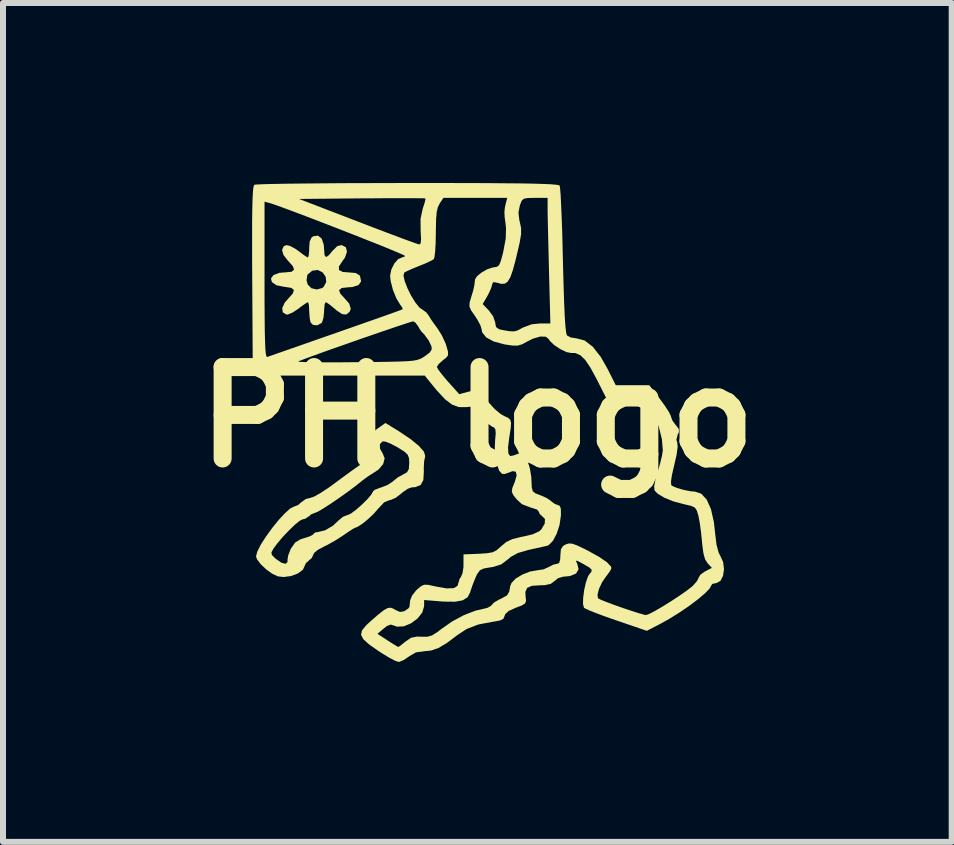
<source format=kicad_pcb>
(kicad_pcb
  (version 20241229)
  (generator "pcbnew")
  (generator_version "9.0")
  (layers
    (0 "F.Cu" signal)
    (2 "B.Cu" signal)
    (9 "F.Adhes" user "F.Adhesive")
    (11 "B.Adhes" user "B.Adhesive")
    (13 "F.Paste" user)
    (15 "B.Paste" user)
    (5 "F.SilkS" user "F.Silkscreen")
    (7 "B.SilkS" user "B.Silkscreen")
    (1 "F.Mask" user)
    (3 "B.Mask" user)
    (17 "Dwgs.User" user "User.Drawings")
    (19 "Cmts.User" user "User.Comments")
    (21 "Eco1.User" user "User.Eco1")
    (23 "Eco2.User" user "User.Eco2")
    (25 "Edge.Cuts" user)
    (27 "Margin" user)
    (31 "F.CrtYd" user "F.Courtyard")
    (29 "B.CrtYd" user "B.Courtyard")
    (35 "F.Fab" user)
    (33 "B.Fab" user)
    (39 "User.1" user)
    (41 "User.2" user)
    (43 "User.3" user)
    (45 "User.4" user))
  (footprint "PH logo"
    (layer "F.Cu")
    (at 4.906 3.902)
    (property "Reference" "PH logo" (at 0 0 0) (layer "F.SilkS") (effects (font (size 1.524 1.524) (thickness 0.3))))
    (attr board_only exclude_from_pos_files exclude_from_bom)
    (fp_poly (pts (xy -2.595 -2.976) (xy -2.56 -2.875) (xy -2.554 -2.8) (xy -2.547 -2.7) (xy -2.521 -2.667) (xy -2.473 -2.7) (xy -2.416 -2.769) (xy -2.333 -2.851) (xy -2.259 -2.867) (xy -2.191 -2.83) (xy -2.173 -2.757) (xy -2.205 -2.661) (xy -2.246 -2.603) (xy -2.307 -2.511) (xy -2.306 -2.451) (xy -2.241 -2.419) (xy -2.145 -2.412) (xy -2.029 -2.402) (xy -1.967 -2.366) (xy -1.955 -2.349) (xy -1.937 -2.263) (xy -1.981 -2.2) (xy -2.083 -2.168) (xy -2.148 -2.164) (xy -2.26 -2.152) (xy -2.305 -2.116) (xy -2.283 -2.056) (xy -2.232 -2.001) (xy -2.137 -1.894) (xy -2.109 -1.805) (xy -2.13 -1.754) (xy -2.186 -1.71) (xy -2.252 -1.716) (xy -2.342 -1.775) (xy -2.381 -1.809) (xy -2.459 -1.873) (xy -2.515 -1.911) (xy -2.528 -1.915) (xy -2.544 -1.884) (xy -2.553 -1.804) (xy -2.554 -1.763) (xy -2.564 -1.659) (xy -2.587 -1.582) (xy -2.597 -1.568) (xy -2.67 -1.529) (xy -2.743 -1.539) (xy -2.781 -1.582) (xy -2.795 -1.653) (xy -2.802 -1.756) (xy -2.803 -1.777) (xy -2.807 -1.864) (xy -2.82 -1.913) (xy -2.824 -1.916) (xy -2.862 -1.895) (xy -2.935 -1.844) (xy -2.983 -1.807) (xy -3.076 -1.745) (xy -3.156 -1.711) (xy -3.183 -1.709) (xy -3.243 -1.747) (xy -3.252 -1.818) (xy -3.211 -1.907) (xy -3.159 -1.967) (xy -3.077 -2.058) (xy -3.057 -2.118) (xy -3.101 -2.154) (xy -3.212 -2.171) (xy -3.216 -2.171) (xy -3.349 -2.198) (xy -3.424 -2.25) (xy -3.432 -2.28) (xy -2.847 -2.28) (xy -2.826 -2.208) (xy -2.766 -2.148) (xy -2.676 -2.127) (xy -2.587 -2.151) (xy -2.561 -2.171) (xy -2.518 -2.254) (xy -2.529 -2.341) (xy -2.58 -2.413) (xy -2.66 -2.452) (xy -2.752 -2.44) (xy -2.832 -2.375) (xy -2.847 -2.28) (xy -3.432 -2.28) (xy -3.44 -2.311) (xy -3.398 -2.367) (xy -3.298 -2.405) (xy -3.206 -2.412) (xy -3.098 -2.422) (xy -3.055 -2.456) (xy -3.075 -2.516) (xy -3.157 -2.608) (xy -3.159 -2.609) (xy -3.231 -2.702) (xy -3.255 -2.786) (xy -3.228 -2.847) (xy -3.183 -2.867) (xy -3.121 -2.853) (xy -3.031 -2.804) (xy -2.983 -2.77) (xy -2.9 -2.707) (xy -2.84 -2.667) (xy -2.824 -2.661) (xy -2.811 -2.692) (xy -2.803 -2.773) (xy -2.803 -2.819) (xy -2.794 -2.931) (xy -2.762 -2.994) (xy -2.734 -3.014) (xy -2.656 -3.025)) (stroke (width 0) (type solid)) (fill yes) (layer "F.SilkS"))
    (fp_poly (pts (xy -1.309 0.235) (xy -1.116 0.364) (xy -0.975 0.479) (xy -0.891 0.575) (xy -0.868 0.65) (xy -0.872 0.665) (xy -0.887 0.736) (xy -0.893 0.845) (xy -0.892 0.911) (xy -0.9 1.049) (xy -0.945 1.131) (xy -1.033 1.167) (xy -1.092 1.171) (xy -1.159 1.194) (xy -1.244 1.253) (xy -1.272 1.277) (xy -1.36 1.344) (xy -1.444 1.381) (xy -1.465 1.384) (xy -1.552 1.419) (xy -1.651 1.524) (xy -1.652 1.525) (xy -1.725 1.609) (xy -1.819 1.698) (xy -1.916 1.777) (xy -1.998 1.83) (xy -2.039 1.845) (xy -2.075 1.864) (xy -2.151 1.913) (xy -2.226 1.965) (xy -2.357 2.05) (xy -2.499 2.13) (xy -2.563 2.161) (xy -2.659 2.213) (xy -2.72 2.264) (xy -2.732 2.289) (xy -2.759 2.347) (xy -2.803 2.385) (xy -2.858 2.435) (xy -2.873 2.469) (xy -2.906 2.542) (xy -2.989 2.605) (xy -3.104 2.649) (xy -3.23 2.665) (xy -3.326 2.654) (xy -3.417 2.612) (xy -3.518 2.539) (xy -3.609 2.453) (xy -3.672 2.371) (xy -3.689 2.321) (xy -3.671 2.254) (xy -3.432 2.254) (xy -3.425 2.298) (xy -3.369 2.353) (xy -3.357 2.364) (xy -3.265 2.427) (xy -3.197 2.445) (xy -3.164 2.417) (xy -3.164 2.383) (xy -3.155 2.312) (xy -3.118 2.215) (xy -3.104 2.186) (xy -3.036 2.09) (xy -2.947 2.036) (xy -2.882 2.016) (xy -2.791 1.987) (xy -2.737 1.957) (xy -2.732 1.947) (xy -2.702 1.922) (xy -2.659 1.916) (xy -2.539 1.887) (xy -2.41 1.812) (xy -2.315 1.724) (xy -2.239 1.66) (xy -2.165 1.632) (xy -2.161 1.632) (xy -2.108 1.608) (xy -2.025 1.547) (xy -1.93 1.464) (xy -1.839 1.375) (xy -1.77 1.295) (xy -1.739 1.241) (xy -1.738 1.236) (xy -1.708 1.211) (xy -1.631 1.181) (xy -1.602 1.172) (xy -1.497 1.131) (xy -1.414 1.077) (xy -1.404 1.068) (xy -1.325 1.004) (xy -1.239 0.957) (xy -1.172 0.919) (xy -1.142 0.865) (xy -1.135 0.767) (xy -1.135 0.767) (xy -1.139 0.685) (xy -1.16 0.628) (xy -1.212 0.578) (xy -1.309 0.516) (xy -1.332 0.502) (xy -1.442 0.444) (xy -1.532 0.409) (xy -1.58 0.404) (xy -1.625 0.452) (xy -1.622 0.529) (xy -1.578 0.604) (xy -1.545 0.686) (xy -1.569 0.781) (xy -1.643 0.871) (xy -1.708 0.915) (xy -1.813 0.981) (xy -1.921 1.06) (xy -1.93 1.068) (xy -2.038 1.154) (xy -2.169 1.252) (xy -2.31 1.352) (xy -2.448 1.446) (xy -2.569 1.524) (xy -2.66 1.577) (xy -2.707 1.596) (xy -2.771 1.621) (xy -2.803 1.65) (xy -2.871 1.695) (xy -2.91 1.703) (xy -2.961 1.728) (xy -3.043 1.795) (xy -3.142 1.891) (xy -3.246 2) (xy -3.339 2.111) (xy -3.399 2.193) (xy -3.432 2.254) (xy -3.671 2.254) (xy -3.667 2.24) (xy -3.609 2.125) (xy -3.523 1.991) (xy -3.421 1.85) (xy -3.313 1.716) (xy -3.208 1.603) (xy -3.119 1.523) (xy -3.053 1.49) (xy -3.05 1.49) (xy -2.987 1.465) (xy -2.935 1.419) (xy -2.857 1.364) (xy -2.79 1.348) (xy -2.725 1.327) (xy -2.617 1.267) (xy -2.48 1.177) (xy -2.373 1.099) (xy -2.228 0.992) (xy -2.092 0.893) (xy -1.982 0.815) (xy -1.922 0.775) (xy -1.849 0.723) (xy -1.83 0.686) (xy -1.855 0.648) (xy -1.888 0.569) (xy -1.873 0.464) (xy -1.818 0.348) (xy -1.728 0.242) (xy -1.676 0.2) (xy -1.532 0.098)) (stroke (width 0) (type solid)) (fill yes) (layer "F.SilkS"))
    (fp_poly (pts (xy -0.66 -3.902) (xy -0.224 -3.901) (xy 0.15 -3.9) (xy 0.466 -3.897) (xy 0.726 -3.895) (xy 0.936 -3.891) (xy 1.1 -3.886) (xy 1.221 -3.881) (xy 1.304 -3.874) (xy 1.353 -3.867) (xy 1.372 -3.858) (xy 1.379 -3.813) (xy 1.388 -3.706) (xy 1.396 -3.545) (xy 1.405 -3.338) (xy 1.414 -3.095) (xy 1.421 -2.824) (xy 1.426 -2.612) (xy 1.436 -2.235) (xy 1.446 -1.927) (xy 1.456 -1.688) (xy 1.468 -1.514) (xy 1.48 -1.406) (xy 1.493 -1.362) (xy 1.555 -1.328) (xy 1.648 -1.313) (xy 1.653 -1.313) (xy 1.788 -1.277) (xy 1.924 -1.173) (xy 2.059 -1) (xy 2.167 -0.81) (xy 2.307 -0.532) (xy 2.865 -0.532) (xy 3.047 -0.297) (xy 3.13 -0.182) (xy 3.194 -0.083) (xy 3.226 -0.017) (xy 3.228 -0.006) (xy 3.251 0.057) (xy 3.306 0.132) (xy 3.307 0.132) (xy 3.358 0.199) (xy 3.36 0.251) (xy 3.341 0.286) (xy 3.317 0.377) (xy 3.33 0.418) (xy 3.339 0.491) (xy 3.321 0.626) (xy 3.282 0.798) (xy 3.243 0.966) (xy 3.227 1.075) (xy 3.232 1.133) (xy 3.242 1.144) (xy 3.324 1.18) (xy 3.442 1.214) (xy 3.562 1.237) (xy 3.622 1.241) (xy 3.731 1.276) (xy 3.823 1.375) (xy 3.894 1.535) (xy 3.943 1.753) (xy 3.962 1.926) (xy 3.986 2.127) (xy 4.023 2.263) (xy 4.049 2.311) (xy 4.097 2.418) (xy 4.111 2.536) (xy 4.095 2.646) (xy 4.051 2.73) (xy 3.983 2.767) (xy 3.974 2.767) (xy 3.916 2.781) (xy 3.902 2.801) (xy 3.873 2.855) (xy 3.794 2.937) (xy 3.676 3.037) (xy 3.53 3.147) (xy 3.367 3.258) (xy 3.198 3.363) (xy 3.053 3.444) (xy 2.825 3.562) (xy 2.316 3.388) (xy 2.136 3.325) (xy 1.98 3.267) (xy 1.861 3.219) (xy 1.79 3.186) (xy 1.777 3.177) (xy 1.761 3.114) (xy 1.764 3.008) (xy 1.781 2.88) (xy 1.809 2.756) (xy 1.843 2.658) (xy 1.866 2.621) (xy 1.901 2.577) (xy 1.905 2.543) (xy 1.867 2.507) (xy 1.779 2.455) (xy 1.727 2.427) (xy 1.66 2.393) (xy 1.643 2.397) (xy 1.664 2.442) (xy 1.665 2.443) (xy 1.687 2.537) (xy 1.646 2.607) (xy 1.545 2.649) (xy 1.428 2.66) (xy 1.343 2.686) (xy 1.287 2.732) (xy 1.224 2.779) (xy 1.128 2.8) (xy 1.046 2.803) (xy 0.908 2.812) (xy 0.829 2.847) (xy 0.8 2.915) (xy 0.805 2.997) (xy 0.812 3.065) (xy 0.794 3.107) (xy 0.737 3.141) (xy 0.644 3.176) (xy 0.524 3.23) (xy 0.464 3.285) (xy 0.454 3.314) (xy 0.434 3.361) (xy 0.379 3.389) (xy 0.272 3.409) (xy 0.263 3.41) (xy 0.018 3.456) (xy -0.18 3.532) (xy -0.337 3.636) (xy -0.508 3.765) (xy -0.648 3.848) (xy -0.772 3.891) (xy -0.882 3.902) (xy -1.023 3.921) (xy -1.137 3.987) (xy -1.142 3.991) (xy -1.227 4.049) (xy -1.302 4.079) (xy -1.313 4.08) (xy -1.37 4.061) (xy -1.468 4.01) (xy -1.59 3.936) (xy -1.656 3.893) (xy -1.809 3.785) (xy -1.902 3.7) (xy -1.939 3.627) (xy -1.935 3.612) (xy -1.665 3.612) (xy -1.498 3.721) (xy -1.404 3.781) (xy -1.338 3.821) (xy -1.318 3.831) (xy -1.285 3.811) (xy -1.22 3.759) (xy -1.196 3.74) (xy -1.105 3.678) (xy -1.008 3.658) (xy -0.932 3.66) (xy -0.835 3.661) (xy -0.756 3.639) (xy -0.668 3.584) (xy -0.61 3.539) (xy -0.424 3.408) (xy -0.225 3.301) (xy -0.035 3.227) (xy 0.076 3.202) (xy 0.171 3.178) (xy 0.231 3.143) (xy 0.238 3.132) (xy 0.281 3.088) (xy 0.365 3.04) (xy 0.395 3.027) (xy 0.496 2.971) (xy 0.532 2.907) (xy 0.532 2.903) (xy 0.549 2.813) (xy 0.569 2.765) (xy 0.637 2.693) (xy 0.749 2.625) (xy 0.878 2.574) (xy 0.999 2.553) (xy 1.001 2.553) (xy 1.105 2.537) (xy 1.186 2.5) (xy 1.267 2.458) (xy 1.319 2.448) (xy 1.362 2.433) (xy 1.38 2.378) (xy 1.384 2.305) (xy 1.392 2.206) (xy 1.426 2.15) (xy 1.472 2.122) (xy 1.524 2.106) (xy 1.584 2.11) (xy 1.666 2.14) (xy 1.789 2.199) (xy 1.829 2.219) (xy 2.027 2.328) (xy 2.16 2.419) (xy 2.227 2.49) (xy 2.235 2.517) (xy 2.214 2.562) (xy 2.162 2.635) (xy 2.144 2.657) (xy 2.078 2.754) (xy 2.028 2.862) (xy 2.003 2.956) (xy 2.01 3.017) (xy 2.014 3.021) (xy 2.058 3.044) (xy 2.153 3.082) (xy 2.281 3.13) (xy 2.425 3.181) (xy 2.568 3.229) (xy 2.693 3.269) (xy 2.782 3.294) (xy 2.813 3.299) (xy 2.866 3.28) (xy 2.962 3.23) (xy 3.087 3.157) (xy 3.224 3.072) (xy 3.361 2.982) (xy 3.481 2.899) (xy 3.57 2.83) (xy 3.592 2.811) (xy 3.656 2.739) (xy 3.688 2.681) (xy 3.689 2.673) (xy 3.718 2.627) (xy 3.788 2.576) (xy 3.799 2.57) (xy 3.909 2.513) (xy 3.838 2.436) (xy 3.796 2.371) (xy 3.768 2.271) (xy 3.748 2.12) (xy 3.744 2.075) (xy 3.728 1.917) (xy 3.707 1.765) (xy 3.686 1.65) (xy 3.684 1.642) (xy 3.658 1.557) (xy 3.625 1.508) (xy 3.562 1.479) (xy 3.45 1.453) (xy 3.446 1.452) (xy 3.272 1.406) (xy 3.12 1.345) (xy 3.007 1.278) (xy 2.953 1.223) (xy 2.947 1.153) (xy 2.971 1.027) (xy 3.005 0.915) (xy 3.046 0.774) (xy 3.077 0.645) (xy 3.091 0.555) (xy 3.091 0.553) (xy 3.076 0.369) (xy 3.027 0.17) (xy 2.953 -0.014) (xy 2.878 -0.137) (xy 2.761 -0.284) (xy 2.165 -0.284) (xy 1.99 -0.63) (xy 1.886 -0.822) (xy 1.797 -0.954) (xy 1.714 -1.033) (xy 1.631 -1.068) (xy 1.567 -1.068) (xy 1.487 -1.084) (xy 1.383 -1.133) (xy 1.282 -1.2) (xy 1.209 -1.269) (xy 1.192 -1.298) (xy 1.142 -1.34) (xy 1.049 -1.343) (xy 0.928 -1.308) (xy 0.832 -1.26) (xy 0.745 -1.213) (xy 0.673 -1.192) (xy 0.589 -1.192) (xy 0.465 -1.21) (xy 0.457 -1.211) (xy 0.276 -1.259) (xy 0.148 -1.328) (xy 0.08 -1.413) (xy 0.071 -1.464) (xy 0.051 -1.53) (xy 0.000134 -1.625) (xy -0.041 -1.688) (xy -0.105 -1.781) (xy -0.132 -1.845) (xy -0.13 -1.884) (xy 0.089 -1.884) (xy 0.192 -1.777) (xy 0.264 -1.678) (xy 0.297 -1.58) (xy 0.298 -1.571) (xy 0.311 -1.502) (xy 0.359 -1.466) (xy 0.426 -1.45) (xy 0.542 -1.431) (xy 0.616 -1.429) (xy 0.675 -1.446) (xy 0.746 -1.485) (xy 0.753 -1.49) (xy 0.906 -1.547) (xy 1.043 -1.561) (xy 1.217 -1.561) (xy 1.194 -2.439) (xy 1.188 -2.692) (xy 1.182 -2.93) (xy 1.177 -3.142) (xy 1.173 -3.316) (xy 1.171 -3.438) (xy 1.171 -3.485) (xy 1.171 -3.654) (xy 0.961 -3.654) (xy 0.843 -3.652) (xy 0.776 -3.64) (xy 0.74 -3.608) (xy 0.714 -3.544) (xy 0.708 -3.527) (xy 0.685 -3.409) (xy 0.699 -3.287) (xy 0.708 -3.25) (xy 0.729 -3.151) (xy 0.729 -3.049) (xy 0.707 -2.917) (xy 0.693 -2.854) (xy 0.638 -2.62) (xy 0.591 -2.448) (xy 0.549 -2.329) (xy 0.505 -2.257) (xy 0.457 -2.224) (xy 0.399 -2.221) (xy 0.328 -2.24) (xy 0.266 -2.251) (xy 0.248 -2.217) (xy 0.248 -2.214) (xy 0.231 -2.152) (xy 0.189 -2.059) (xy 0.169 -2.022) (xy 0.089 -1.884) (xy -0.13 -1.884) (xy -0.129 -1.91) (xy -0.104 -1.995) (xy -0.07 -2.107) (xy -0.051 -2.192) (xy -0.039 -2.293) (xy -0.039 -2.295) (xy -0.005 -2.349) (xy 0.072 -2.411) (xy 0.168 -2.465) (xy 0.259 -2.495) (xy 0.278 -2.497) (xy 0.327 -2.505) (xy 0.361 -2.532) (xy 0.389 -2.595) (xy 0.42 -2.706) (xy 0.434 -2.767) (xy 0.473 -2.975) (xy 0.478 -3.145) (xy 0.472 -3.21) (xy 0.455 -3.335) (xy 0.451 -3.419) (xy 0.459 -3.493) (xy 0.475 -3.564) (xy 0.498 -3.654) (xy -0.566 -3.654) (xy -0.629 -3.558) (xy -0.658 -3.499) (xy -0.677 -3.42) (xy -0.687 -3.306) (xy -0.691 -3.141) (xy -0.692 -3.063) (xy -0.695 -2.899) (xy -0.703 -2.762) (xy -0.715 -2.667) (xy -0.727 -2.632) (xy -0.777 -2.603) (xy -0.872 -2.559) (xy -0.976 -2.517) (xy -1.091 -2.47) (xy -1.179 -2.43) (xy -1.219 -2.408) (xy -1.231 -2.356) (xy -1.21 -2.264) (xy -1.165 -2.148) (xy -1.104 -2.025) (xy -1.035 -1.913) (xy -0.967 -1.828) (xy -0.913 -1.79) (xy -0.849 -1.743) (xy -0.811 -1.692) (xy -0.764 -1.616) (xy -0.694 -1.518) (xy -0.668 -1.484) (xy -0.592 -1.363) (xy -0.528 -1.225) (xy -0.517 -1.19) (xy -0.489 -1.09) (xy -0.488 -1.032) (xy -0.519 -0.99) (xy -0.571 -0.95) (xy -0.639 -0.89) (xy -0.673 -0.841) (xy -0.674 -0.836) (xy -0.652 -0.793) (xy -0.593 -0.714) (xy -0.509 -0.614) (xy -0.488 -0.59) (xy -0.301 -0.382) (xy -0.163 -0.42) (xy -0.07 -0.441) (xy -0.000128 -0.435) (xy 0.064 -0.394) (xy 0.141 -0.308) (xy 0.194 -0.239) (xy 0.287 -0.136) (xy 0.387 -0.053) (xy 0.445 -0.019) (xy 0.511 0.011) (xy 0.548 0.044) (xy 0.562 0.096) (xy 0.556 0.185) (xy 0.534 0.327) (xy 0.532 0.337) (xy 0.512 0.503) (xy 0.517 0.606) (xy 0.547 0.65) (xy 0.603 0.639) (xy 0.685 0.609) (xy 0.727 0.603) (xy 0.782 0.636) (xy 0.833 0.723) (xy 0.874 0.848) (xy 0.899 0.996) (xy 0.902 1.061) (xy 0.907 1.172) (xy 0.924 1.235) (xy 0.966 1.27) (xy 1.047 1.301) (xy 1.145 1.343) (xy 1.214 1.387) (xy 1.225 1.398) (xy 1.289 1.446) (xy 1.331 1.461) (xy 1.374 1.48) (xy 1.392 1.528) (xy 1.393 1.624) (xy 1.392 1.644) (xy 1.37 1.798) (xy 1.323 1.942) (xy 1.261 2.06) (xy 1.191 2.132) (xy 1.161 2.145) (xy 1.086 2.162) (xy 0.969 2.188) (xy 0.847 2.215) (xy 0.678 2.264) (xy 0.558 2.329) (xy 0.505 2.374) (xy 0.401 2.453) (xy 0.269 2.496) (xy 0.217 2.504) (xy 0.107 2.523) (xy 0.043 2.553) (xy -0.001 2.612) (xy -0.03 2.674) (xy -0.076 2.789) (xy -0.113 2.896) (xy -0.119 2.919) (xy -0.161 3.001) (xy -0.242 3.053) (xy -0.371 3.077) (xy -0.556 3.075) (xy -0.612 3.071) (xy -0.887 3.049) (xy -0.887 3.15) (xy -0.917 3.256) (xy -0.996 3.356) (xy -1.105 3.437) (xy -1.225 3.487) (xy -1.338 3.493) (xy -1.382 3.477) (xy -1.443 3.458) (xy -1.504 3.48) (xy -1.561 3.524) (xy -1.665 3.612) (xy -1.935 3.612) (xy -1.922 3.554) (xy -1.854 3.471) (xy -1.784 3.406) (xy -1.652 3.291) (xy -1.559 3.218) (xy -1.493 3.182) (xy -1.442 3.177) (xy -1.393 3.196) (xy -1.371 3.211) (xy -1.289 3.248) (xy -1.218 3.235) (xy -1.209 3.229) (xy -1.15 3.189) (xy -1.132 3.165) (xy -1.126 3.113) (xy -1.12 3.054) (xy -1.088 2.975) (xy -1.021 2.889) (xy -1.002 2.871) (xy -0.94 2.819) (xy -0.888 2.794) (xy -0.823 2.795) (xy -0.719 2.817) (xy -0.687 2.824) (xy -0.51 2.855) (xy -0.389 2.85) (xy -0.328 2.809) (xy -0.319 2.773) (xy -0.295 2.694) (xy -0.275 2.666) (xy -0.248 2.605) (xy -0.232 2.505) (xy -0.231 2.455) (xy -0.231 2.288) (xy 0.025 2.278) (xy 0.162 2.269) (xy 0.253 2.253) (xy 0.32 2.22) (xy 0.386 2.162) (xy 0.397 2.152) (xy 0.483 2.081) (xy 0.582 2.034) (xy 0.721 1.999) (xy 0.758 1.992) (xy 0.923 1.953) (xy 1.028 1.905) (xy 1.068 1.87) (xy 1.123 1.775) (xy 1.127 1.698) (xy 1.082 1.654) (xy 1.035 1.609) (xy 1.029 1.583) (xy 0.995 1.541) (xy 0.903 1.511) (xy 0.89 1.508) (xy 0.743 1.451) (xy 0.659 1.374) (xy 0.598 1.298) (xy 0.574 1.243) (xy 0.583 1.182) (xy 0.622 1.084) (xy 0.623 1.082) (xy 0.655 0.972) (xy 0.641 0.91) (xy 0.585 0.901) (xy 0.533 0.922) (xy 0.456 0.948) (xy 0.411 0.946) (xy 0.365 0.895) (xy 0.327 0.792) (xy 0.301 0.656) (xy 0.291 0.505) (xy 0.296 0.391) (xy 0.306 0.273) (xy 0.301 0.206) (xy 0.279 0.173) (xy 0.248 0.16) (xy 0.189 0.119) (xy 0.113 0.04) (xy 0.063 -0.023) (xy -0.007 -0.115) (xy -0.06 -0.161) (xy -0.119 -0.173) (xy -0.19 -0.166) (xy -0.309 -0.167) (xy -0.421 -0.208) (xy -0.537 -0.296) (xy -0.67 -0.439) (xy -0.708 -0.484) (xy -0.877 -0.692) (xy -3.743 -0.692) (xy -3.744 -0.926) (xy -2.987 -0.926) (xy -2.96 -0.921) (xy -2.87 -0.917) (xy -2.727 -0.914) (xy -2.538 -0.913) (xy -2.314 -0.913) (xy -2.061 -0.915) (xy -2.011 -0.915) (xy -1.719 -0.918) (xy -1.489 -0.922) (xy -1.312 -0.926) (xy -1.18 -0.931) (xy -1.084 -0.939) (xy -1.015 -0.95) (xy -0.965 -0.965) (xy -0.924 -0.984) (xy -0.884 -1.009) (xy -0.876 -1.014) (xy -0.792 -1.078) (xy -0.76 -1.13) (xy -0.765 -1.181) (xy -0.812 -1.278) (xy -0.885 -1.378) (xy -0.926 -1.419) (xy -0.957 -1.461) (xy -0.989 -1.517) (xy -1.034 -1.577) (xy -1.069 -1.596) (xy -1.112 -1.585) (xy -1.211 -1.553) (xy -1.356 -1.505) (xy -1.535 -1.444) (xy -1.739 -1.374) (xy -1.957 -1.299) (xy -2.178 -1.221) (xy -2.392 -1.146) (xy -2.589 -1.076) (xy -2.757 -1.015) (xy -2.886 -0.967) (xy -2.966 -0.936) (xy -2.987 -0.926) (xy -3.744 -0.926) (xy -3.752 -2.268) (xy -3.754 -2.661) (xy -3.754 -2.988) (xy -3.754 -3.254) (xy -3.751 -3.465) (xy -3.748 -3.591) (xy -3.547 -3.591) (xy -3.547 -2.288) (xy -3.547 -1.937) (xy -3.545 -1.652) (xy -3.543 -1.426) (xy -3.538 -1.255) (xy -3.533 -1.132) (xy -3.525 -1.053) (xy -3.515 -1.011) (xy -3.503 -1.002) (xy -3.46 -1.017) (xy -3.358 -1.053) (xy -3.206 -1.106) (xy -3.011 -1.174) (xy -2.783 -1.254) (xy -2.528 -1.343) (xy -2.359 -1.402) (xy -2.094 -1.495) (xy -1.852 -1.58) (xy -1.639 -1.655) (xy -1.464 -1.717) (xy -1.336 -1.763) (xy -1.261 -1.791) (xy -1.245 -1.797) (xy -1.253 -1.829) (xy -1.284 -1.871) (xy -1.349 -1.977) (xy -1.407 -2.12) (xy -1.445 -2.267) (xy -1.454 -2.355) (xy -1.434 -2.459) (xy -1.384 -2.56) (xy -1.318 -2.635) (xy -1.257 -2.661) (xy -1.211 -2.676) (xy -1.206 -2.688) (xy -1.238 -2.705) (xy -1.327 -2.744) (xy -1.463 -2.801) (xy -1.638 -2.872) (xy -1.843 -2.953) (xy -2.067 -3.042) (xy -2.303 -3.134) (xy -2.54 -3.226) (xy -2.769 -3.314) (xy -2.982 -3.395) (xy -3.168 -3.465) (xy -3.319 -3.52) (xy -3.425 -3.557) (xy -3.468 -3.57) (xy -3.547 -3.591) (xy -3.748 -3.591) (xy -3.747 -3.626) (xy -3.747 -3.636) (xy -2.971 -3.636) (xy -1.991 -3.259) (xy -1.741 -3.163) (xy -1.512 -3.076) (xy -1.313 -3.001) (xy -1.151 -2.941) (xy -1.035 -2.899) (xy -0.974 -2.879) (xy -0.968 -2.877) (xy -0.945 -2.897) (xy -0.938 -2.967) (xy -0.945 -3.095) (xy -0.947 -3.304) (xy -0.91 -3.475) (xy -0.879 -3.57) (xy -0.865 -3.632) (xy -0.865 -3.644) (xy -0.902 -3.647) (xy -1.001 -3.648) (xy -1.153 -3.649) (xy -1.35 -3.649) (xy -1.582 -3.648) (xy -1.84 -3.646) (xy -1.923 -3.646) (xy -2.971 -3.636) (xy -3.747 -3.636) (xy -3.741 -3.742) (xy -3.734 -3.819) (xy -3.724 -3.861) (xy -3.716 -3.873) (xy -3.674 -3.877) (xy -3.567 -3.882) (xy -3.4 -3.886) (xy -3.18 -3.89) (xy -2.912 -3.893) (xy -2.602 -3.896) (xy -2.256 -3.899) (xy -1.879 -3.9) (xy -1.478 -3.901) (xy -1.164 -3.902)) (stroke (width 0) (type solid)) (fill yes) (layer "F.SilkS")))
  (gr_rect
    (start -3 -3)
    (end 12.812 10.981)
    (stroke (width 0.1) (type default))
    (fill no)
    (layer "Edge.Cuts")))
</source>
